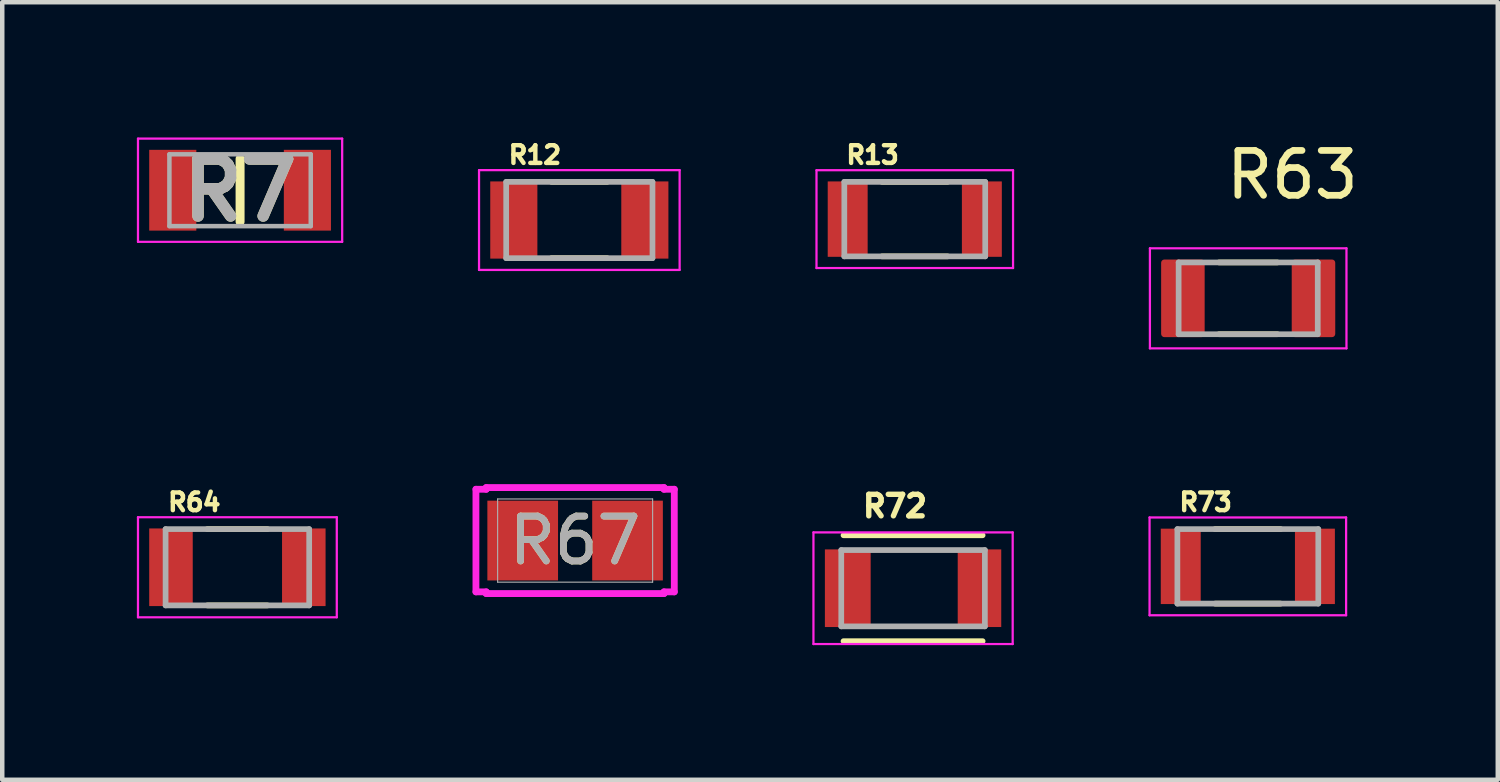
<source format=kicad_pcb>
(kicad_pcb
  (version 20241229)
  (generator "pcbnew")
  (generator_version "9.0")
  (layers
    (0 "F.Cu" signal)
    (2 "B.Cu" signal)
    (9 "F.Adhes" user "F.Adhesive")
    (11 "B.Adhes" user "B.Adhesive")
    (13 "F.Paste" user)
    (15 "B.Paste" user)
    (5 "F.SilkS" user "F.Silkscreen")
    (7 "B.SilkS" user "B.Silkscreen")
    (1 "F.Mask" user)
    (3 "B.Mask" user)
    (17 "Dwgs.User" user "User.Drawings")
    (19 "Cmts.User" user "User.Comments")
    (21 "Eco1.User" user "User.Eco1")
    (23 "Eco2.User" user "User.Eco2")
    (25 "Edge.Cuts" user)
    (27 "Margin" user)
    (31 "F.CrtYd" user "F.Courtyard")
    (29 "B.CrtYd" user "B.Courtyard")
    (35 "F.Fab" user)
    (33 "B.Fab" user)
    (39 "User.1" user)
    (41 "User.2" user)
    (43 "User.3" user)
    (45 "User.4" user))
  (footprint "R13"
    (layer "F.Cu")
    (at 17.335 1.833)
    (property "Reference" "R13" (at -0.94 -1.43 0) (layer "F.SilkS") (effects (font (size 0.394 0.394) (thickness 0.15))))
    (attr smd)
    (fp_line (start -0.73 -0.83) (end 0.73 -0.83) (stroke (width 0.127) (type solid)) (layer "F.SilkS"))
    (fp_line (start -0.73 0.83) (end 0.73 0.83) (stroke (width 0.127) (type solid)) (layer "F.SilkS"))
    (fp_line (start -2.19 -1.09) (end 2.19 -1.09) (stroke (width 0.05) (type solid)) (layer "F.CrtYd"))
    (fp_line (start -2.19 1.09) (end -2.19 -1.09) (stroke (width 0.05) (type solid)) (layer "F.CrtYd"))
    (fp_line (start -2.19 1.09) (end 2.19 1.09) (stroke (width 0.05) (type solid)) (layer "F.CrtYd"))
    (fp_line (start 2.19 1.09) (end 2.19 -1.09) (stroke (width 0.05) (type solid)) (layer "F.CrtYd"))
    (fp_line (start -1.57 0.83) (end -1.57 -0.83) (stroke (width 0.127) (type solid)) (layer "F.Fab"))
    (fp_line (start 1.57 -0.83) (end -1.57 -0.83) (stroke (width 0.127) (type solid)) (layer "F.Fab"))
    (fp_line (start 1.57 0.83) (end -1.57 0.83) (stroke (width 0.127) (type solid)) (layer "F.Fab"))
    (fp_line (start 1.57 0.83) (end 1.57 -0.83) (stroke (width 0.127) (type solid)) (layer "F.Fab"))
    (pad "1" smd rect (at -1.495 0) (size 0.89 1.68) (layers "F.Cu" "F.Mask" "F.Paste"))
    (pad "2" smd rect (at 1.495 0) (size 0.89 1.68) (layers "F.Cu" "F.Mask" "F.Paste")))
  (footprint "R64"
    (layer "F.Cu")
    (at 2.24 9.591)
    (property "Reference" "R64" (at -0.96 -1.45 0) (layer "F.SilkS") (effects (font (size 0.394 0.394) (thickness 0.15))))
    (attr smd)
    (fp_line (start -0.67 -0.85) (end 0.67 -0.85) (stroke (width 0.127) (type solid)) (layer "F.SilkS"))
    (fp_line (start -0.67 0.85) (end 0.67 0.85) (stroke (width 0.127) (type solid)) (layer "F.SilkS"))
    (fp_line (start -2.215 -1.115) (end 2.215 -1.115) (stroke (width 0.05) (type solid)) (layer "F.CrtYd"))
    (fp_line (start -2.215 1.115) (end -2.215 -1.115) (stroke (width 0.05) (type solid)) (layer "F.CrtYd"))
    (fp_line (start -2.215 1.115) (end 2.215 1.115) (stroke (width 0.05) (type solid)) (layer "F.CrtYd"))
    (fp_line (start 2.215 1.115) (end 2.215 -1.115) (stroke (width 0.05) (type solid)) (layer "F.CrtYd"))
    (fp_line (start -1.6 0.85) (end -1.6 -0.85) (stroke (width 0.127) (type solid)) (layer "F.Fab"))
    (fp_line (start 1.6 -0.85) (end -1.6 -0.85) (stroke (width 0.127) (type solid)) (layer "F.Fab"))
    (fp_line (start 1.6 0.85) (end -1.6 0.85) (stroke (width 0.127) (type solid)) (layer "F.Fab"))
    (fp_line (start 1.6 0.85) (end 1.6 -0.85) (stroke (width 0.127) (type solid)) (layer "F.Fab"))
    (pad "1" smd rect (at -1.48 0) (size 0.97 1.73) (layers "F.Cu" "F.Mask" "F.Paste"))
    (pad "2" smd rect (at 1.48 0) (size 0.97 1.73) (layers "F.Cu" "F.Mask" "F.Paste")))
  (footprint "R67"
    (layer "F.Cu")
    (at 9.766 8.996)
    (property "Reference" "R67" (at 0 0 0) (unlocked yes) (layer "F.SilkS") (effects (font (size 1 1) (thickness 0.15))))
    (attr smd)
    (fp_line (start -2.21 -1.143) (end -1.981 -1.143) (stroke (width 0.152) (type solid)) (layer "F.CrtYd"))
    (fp_line (start -2.21 1.143) (end -2.21 -1.143) (stroke (width 0.152) (type solid)) (layer "F.CrtYd"))
    (fp_line (start -1.981 -1.181) (end 1.981 -1.181) (stroke (width 0.152) (type solid)) (layer "F.CrtYd"))
    (fp_line (start -1.981 -1.143) (end -1.981 -1.181) (stroke (width 0.152) (type solid)) (layer "F.CrtYd"))
    (fp_line (start -1.981 1.143) (end -2.21 1.143) (stroke (width 0.152) (type solid)) (layer "F.CrtYd"))
    (fp_line (start -1.981 1.181) (end -1.981 1.143) (stroke (width 0.152) (type solid)) (layer "F.CrtYd"))
    (fp_line (start 1.981 -1.181) (end 1.981 -1.143) (stroke (width 0.152) (type solid)) (layer "F.CrtYd"))
    (fp_line (start 1.981 -1.143) (end 2.21 -1.143) (stroke (width 0.152) (type solid)) (layer "F.CrtYd"))
    (fp_line (start 1.981 1.143) (end 1.981 1.181) (stroke (width 0.152) (type solid)) (layer "F.CrtYd"))
    (fp_line (start 1.981 1.181) (end -1.981 1.181) (stroke (width 0.152) (type solid)) (layer "F.CrtYd"))
    (fp_line (start 2.21 -1.143) (end 2.21 1.143) (stroke (width 0.152) (type solid)) (layer "F.CrtYd"))
    (fp_line (start 2.21 1.143) (end 1.981 1.143) (stroke (width 0.152) (type solid)) (layer "F.CrtYd"))
    (fp_line (start -1.727 -0.927) (end -1.727 0.927) (stroke (width 0.025) (type solid)) (layer "F.Fab"))
    (fp_line (start -1.727 0.927) (end 1.727 0.927) (stroke (width 0.025) (type solid)) (layer "F.Fab"))
    (fp_line (start 1.727 -0.927) (end -1.727 -0.927) (stroke (width 0.025) (type solid)) (layer "F.Fab"))
    (fp_line (start 1.727 0.927) (end 1.727 -0.927) (stroke (width 0.025) (type solid)) (layer "F.Fab"))
    (fp_text user "${REFERENCE}" (at 0 0 0) (unlocked yes) (layer "F.Fab") (effects (font (size 1 1) (thickness 0.15))))
    (pad "1" smd rect (at -1.168 0) (size 1.575 1.778) (layers "F.Cu" "F.Mask" "F.Paste"))
    (pad "2" smd rect (at 1.168 0) (size 1.575 1.778) (layers "F.Cu" "F.Mask" "F.Paste"))
    (zone (net_name "") (layer "F.Cu") (hatch full 0.508) (connect_pads) (min_thickness 0.254) (filled_areas_thickness no) (keepout (tracks not_allowed) (vias not_allowed) (pads allowed) (copperpour not_allowed) (footprints allowed)) (placement (enabled no)) (fill) (polygon (pts (xy 9.436 8.119) (xy 10.096 8.119) (xy 10.096 9.872) (xy 9.436 9.872)))))
  (footprint "R73"
    (layer "F.Cu")
    (at 24.757 9.571)
    (property "Reference" "R73" (at -0.94 -1.43 0) (layer "F.SilkS") (effects (font (size 0.394 0.394) (thickness 0.15))))
    (attr smd)
    (fp_line (start -0.73 -0.83) (end 0.73 -0.83) (stroke (width 0.127) (type solid)) (layer "F.SilkS"))
    (fp_line (start -0.73 0.83) (end 0.73 0.83) (stroke (width 0.127) (type solid)) (layer "F.SilkS"))
    (fp_line (start -2.19 -1.09) (end 2.19 -1.09) (stroke (width 0.05) (type solid)) (layer "F.CrtYd"))
    (fp_line (start -2.19 1.09) (end -2.19 -1.09) (stroke (width 0.05) (type solid)) (layer "F.CrtYd"))
    (fp_line (start -2.19 1.09) (end 2.19 1.09) (stroke (width 0.05) (type solid)) (layer "F.CrtYd"))
    (fp_line (start 2.19 1.09) (end 2.19 -1.09) (stroke (width 0.05) (type solid)) (layer "F.CrtYd"))
    (fp_line (start -1.57 0.83) (end -1.57 -0.83) (stroke (width 0.127) (type solid)) (layer "F.Fab"))
    (fp_line (start 1.57 -0.83) (end -1.57 -0.83) (stroke (width 0.127) (type solid)) (layer "F.Fab"))
    (fp_line (start 1.57 0.83) (end -1.57 0.83) (stroke (width 0.127) (type solid)) (layer "F.Fab"))
    (fp_line (start 1.57 0.83) (end 1.57 -0.83) (stroke (width 0.127) (type solid)) (layer "F.Fab"))
    (pad "1" smd rect (at -1.495 0) (size 0.89 1.68) (layers "F.Cu" "F.Mask" "F.Paste"))
    (pad "2" smd rect (at 1.495 0) (size 0.89 1.68) (layers "F.Cu" "F.Mask" "F.Paste")))
  (footprint "R63"
    (layer "F.Cu")
    (at 24.765 3.598)
    (property "Reference" "R63" (at 0.985 -2.75 0) (layer "F.SilkS") (effects (font (size 1 1) (thickness 0.15))))
    (attr smd)
    (fp_line (start 0.65 -0.8) (end -0.65 -0.8) (stroke (width 0.127) (type solid)) (layer "F.SilkS"))
    (fp_line (start 0.65 0.8) (end -0.65 0.8) (stroke (width 0.127) (type solid)) (layer "F.SilkS"))
    (fp_line (start -2.19 -1.115) (end -2.19 1.115) (stroke (width 0.05) (type solid)) (layer "F.CrtYd"))
    (fp_line (start -2.19 1.115) (end 2.19 1.115) (stroke (width 0.05) (type solid)) (layer "F.CrtYd"))
    (fp_line (start 2.19 -1.115) (end -2.19 -1.115) (stroke (width 0.05) (type solid)) (layer "F.CrtYd"))
    (fp_line (start 2.19 1.115) (end 2.19 -1.115) (stroke (width 0.05) (type solid)) (layer "F.CrtYd"))
    (fp_line (start -1.55 0.8) (end -1.55 -0.8) (stroke (width 0.127) (type solid)) (layer "F.Fab"))
    (fp_line (start 1.55 -0.8) (end -1.55 -0.8) (stroke (width 0.127) (type solid)) (layer "F.Fab"))
    (fp_line (start 1.55 0.8) (end -1.55 0.8) (stroke (width 0.127) (type solid)) (layer "F.Fab"))
    (fp_line (start 1.55 0.8) (end 1.55 -0.8) (stroke (width 0.127) (type solid)) (layer "F.Fab"))
    (pad "1" smd roundrect (at -1.455 0) (size 0.97 1.73) (layers "F.Cu" "F.Mask" "F.Paste") (roundrect_rratio 0.075))
    (pad "2" smd roundrect (at 1.455 0) (size 0.97 1.73) (layers "F.Cu" "F.Mask" "F.Paste") (roundrect_rratio 0.075)))
  (footprint "R72"
    (layer "F.Cu")
    (at 17.297 10.058)
    (property "Reference" "R72" (at -0.404 -1.829 0) (layer "F.SilkS") (effects (font (size 0.48 0.48) (thickness 0.15))))
    (attr smd)
    (fp_line (start -1.55 -1.18) (end 1.55 -1.18) (stroke (width 0.127) (type solid)) (layer "F.SilkS"))
    (fp_line (start -1.55 1.18) (end 1.55 1.18) (stroke (width 0.127) (type solid)) (layer "F.SilkS"))
    (fp_line (start -2.22 -1.244) (end 2.22 -1.244) (stroke (width 0.05) (type solid)) (layer "F.CrtYd"))
    (fp_line (start -2.22 1.244) (end -2.22 -1.244) (stroke (width 0.05) (type solid)) (layer "F.CrtYd"))
    (fp_line (start 2.22 -1.244) (end 2.22 1.244) (stroke (width 0.05) (type solid)) (layer "F.CrtYd"))
    (fp_line (start 2.22 1.244) (end -2.22 1.244) (stroke (width 0.05) (type solid)) (layer "F.CrtYd"))
    (fp_line (start -1.6 -0.85) (end -1.6 0.85) (stroke (width 0.127) (type solid)) (layer "F.Fab"))
    (fp_line (start -1.6 -0.85) (end 1.6 -0.85) (stroke (width 0.127) (type solid)) (layer "F.Fab"))
    (fp_line (start -1.6 0.85) (end 1.6 0.85) (stroke (width 0.127) (type solid)) (layer "F.Fab"))
    (fp_line (start 1.6 -0.85) (end 1.6 0.85) (stroke (width 0.127) (type solid)) (layer "F.Fab"))
    (pad "1" smd rect (at -1.455 0) (size 1.02 1.73) (layers "F.Cu" "F.Mask" "F.Paste"))
    (pad "2" smd rect (at 1.48 0) (size 0.97 1.73) (layers "F.Cu" "F.Mask" "F.Paste")))
  (footprint "R12"
    (layer "F.Cu")
    (at 9.86 1.853)
    (property "Reference" "R12" (at -0.99 -1.45 0) (layer "F.SilkS") (effects (font (size 0.394 0.394) (thickness 0.15))))
    (attr smd)
    (fp_line (start -0.62 -0.85) (end 0.62 -0.85) (stroke (width 0.127) (type solid)) (layer "F.SilkS"))
    (fp_line (start -0.62 0.85) (end 0.62 0.85) (stroke (width 0.127) (type solid)) (layer "F.SilkS"))
    (fp_line (start -2.235 -1.112) (end 2.235 -1.112) (stroke (width 0.05) (type solid)) (layer "F.CrtYd"))
    (fp_line (start -2.235 1.112) (end -2.235 -1.112) (stroke (width 0.05) (type solid)) (layer "F.CrtYd"))
    (fp_line (start -2.235 1.112) (end 2.235 1.112) (stroke (width 0.05) (type solid)) (layer "F.CrtYd"))
    (fp_line (start 2.235 1.112) (end 2.235 -1.112) (stroke (width 0.05) (type solid)) (layer "F.CrtYd"))
    (fp_line (start -1.63 0.85) (end -1.63 -0.85) (stroke (width 0.127) (type solid)) (layer "F.Fab"))
    (fp_line (start 1.63 -0.85) (end -1.63 -0.85) (stroke (width 0.127) (type solid)) (layer "F.Fab"))
    (fp_line (start 1.63 0.85) (end -1.63 0.85) (stroke (width 0.127) (type solid)) (layer "F.Fab"))
    (fp_line (start 1.63 0.85) (end 1.63 -0.85) (stroke (width 0.127) (type solid)) (layer "F.Fab"))
    (pad "1" smd rect (at -1.46 0) (size 1.05 1.72) (layers "F.Cu" "F.Mask" "F.Paste"))
    (pad "2" smd rect (at 1.46 0) (size 1.05 1.72) (layers "F.Cu" "F.Mask" "F.Paste")))
  (footprint "R7"
    (layer "F.Cu")
    (at 2.3 1.189)
    (property "Reference" "R7" (at 0 0 0) (layer "F.SilkS") (effects (font (size 1.27 1.27) (thickness 0.254))))
    (attr smd)
    (fp_line (start 0 -0.7) (end 0 0.7) (stroke (width 0.2) (type solid)) (layer "F.SilkS"))
    (fp_line (start -2.275 -1.15) (end 2.275 -1.15) (stroke (width 0.05) (type solid)) (layer "F.CrtYd"))
    (fp_line (start -2.275 1.15) (end -2.275 -1.15) (stroke (width 0.05) (type solid)) (layer "F.CrtYd"))
    (fp_line (start 2.275 -1.15) (end 2.275 1.15) (stroke (width 0.05) (type solid)) (layer "F.CrtYd"))
    (fp_line (start 2.275 1.15) (end -2.275 1.15) (stroke (width 0.05) (type solid)) (layer "F.CrtYd"))
    (fp_line (start -1.575 -0.8) (end 1.575 -0.8) (stroke (width 0.1) (type solid)) (layer "F.Fab"))
    (fp_line (start -1.575 0.8) (end -1.575 -0.8) (stroke (width 0.1) (type solid)) (layer "F.Fab"))
    (fp_line (start 1.575 -0.8) (end 1.575 0.8) (stroke (width 0.1) (type solid)) (layer "F.Fab"))
    (fp_line (start 1.575 0.8) (end -1.575 0.8) (stroke (width 0.1) (type solid)) (layer "F.Fab"))
    (fp_text user "${REFERENCE}" (at 0 0 0) (layer "F.Fab") (effects (font (size 1.27 1.27) (thickness 0.254))))
    (pad "1" smd rect (at -1.5 0) (size 1.05 1.8) (layers "F.Cu" "F.Mask" "F.Paste"))
    (pad "2" smd rect (at 1.5 0) (size 1.05 1.8) (layers "F.Cu" "F.Mask" "F.Paste")))
  (gr_rect
    (start -3 -3)
    (end 30.327 14.327)
    (stroke (width 0.1) (type default))
    (fill no)
    (layer "Edge.Cuts")))
</source>
